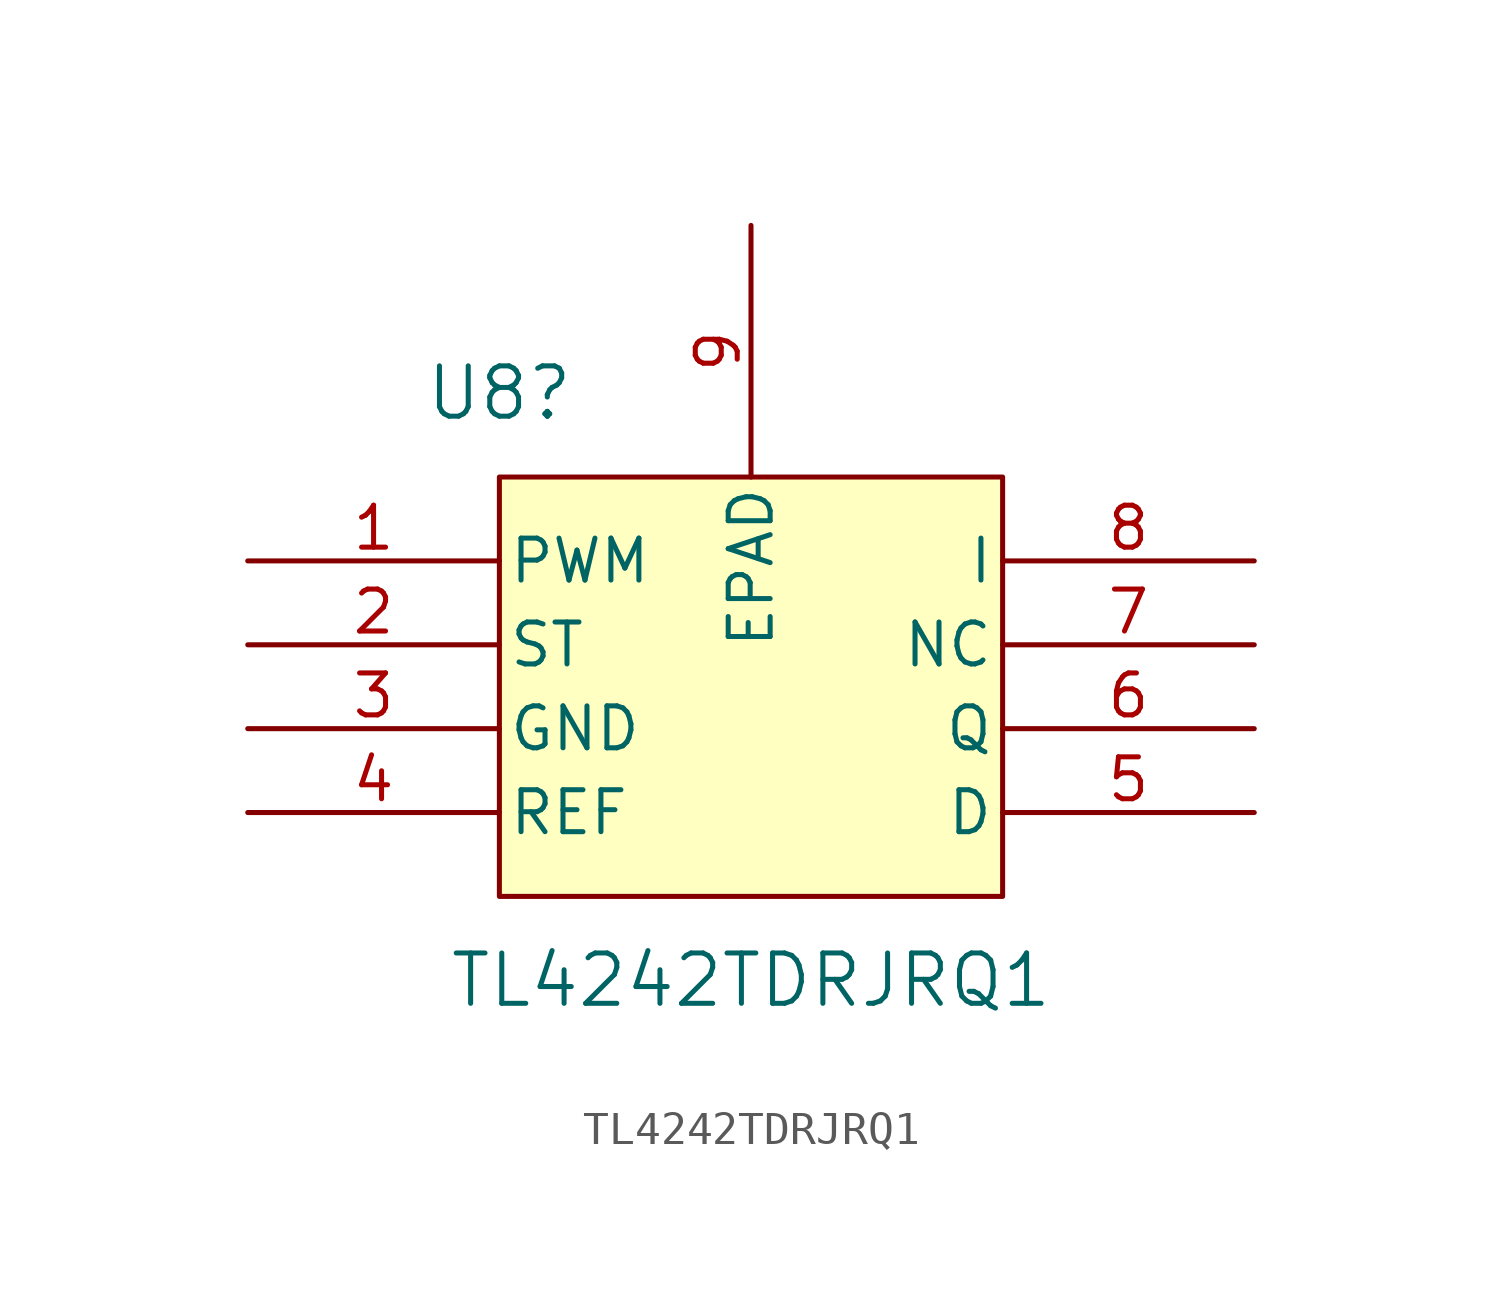
<source format=kicad_sym>
(kicad_symbol_lib
  (version 20220914)
  (generator kicad_symbol_editor)
  (symbol "TL4242TDRJRQ1"
    (pin_names
      (offset 0.254))
    (property "Reference" "U8"
      (at -7.62 7.62 0)
      (effects (font (size 1.524 1.524))))
    (property "Value" "TL4242TDRJRQ1"
      (at 0 -10.16 0)
      (effects (font (size 1.524 1.524))))
    (property "ki_locked" ""
      (at 0 0 0)
      (effects (font (size 1.27 1.27))))
    (symbol "TL4242TDRJRQ1_0_1"
      (pin unspecified line (at -15.24 2.54 0) (length 7.62) (name "PWM" (effects (font (size 1.27 1.27)))) (number "1" (effects (font (size 1.27 1.27)))))
      (pin unspecified line (at -15.24 0 0) (length 7.62) (name "ST" (effects (font (size 1.27 1.27)))) (number "2" (effects (font (size 1.27 1.27)))))
      (pin power_in line (at -15.24 -2.54 0) (length 7.62) (name "GND" (effects (font (size 1.27 1.27)))) (number "3" (effects (font (size 1.27 1.27)))))
      (pin power_in line (at -15.24 -5.08 0) (length 7.62) (name "REF" (effects (font (size 1.27 1.27)))) (number "4" (effects (font (size 1.27 1.27)))))
      (pin unspecified line (at 15.24 -5.08 180) (length 7.62) (name "D" (effects (font (size 1.27 1.27)))) (number "5" (effects (font (size 1.27 1.27)))))
      (pin unspecified line (at 15.24 -2.54 180) (length 7.62) (name "Q" (effects (font (size 1.27 1.27)))) (number "6" (effects (font (size 1.27 1.27)))))
      (pin unspecified line (at 15.24 0 180) (length 7.62) (name "NC" (effects (font (size 1.27 1.27)))) (number "7" (effects (font (size 1.27 1.27)))))
      (pin unspecified line (at 15.24 2.54 180) (length 7.62) (name "I" (effects (font (size 1.27 1.27)))) (number "8" (effects (font (size 1.27 1.27)))))
      (pin unspecified line (at 0 12.7 270) (length 7.62) (name "EPAD" (effects (font (size 1.27 1.27)))) (number "9" (effects (font (size 1.27 1.27))))))
    (symbol "TL4242TDRJRQ1_1_1"
      (rectangle (start -7.62 5.08) (end 7.62 -7.62) (stroke (width 0) (type default)) (fill (type background))))))
</source>
